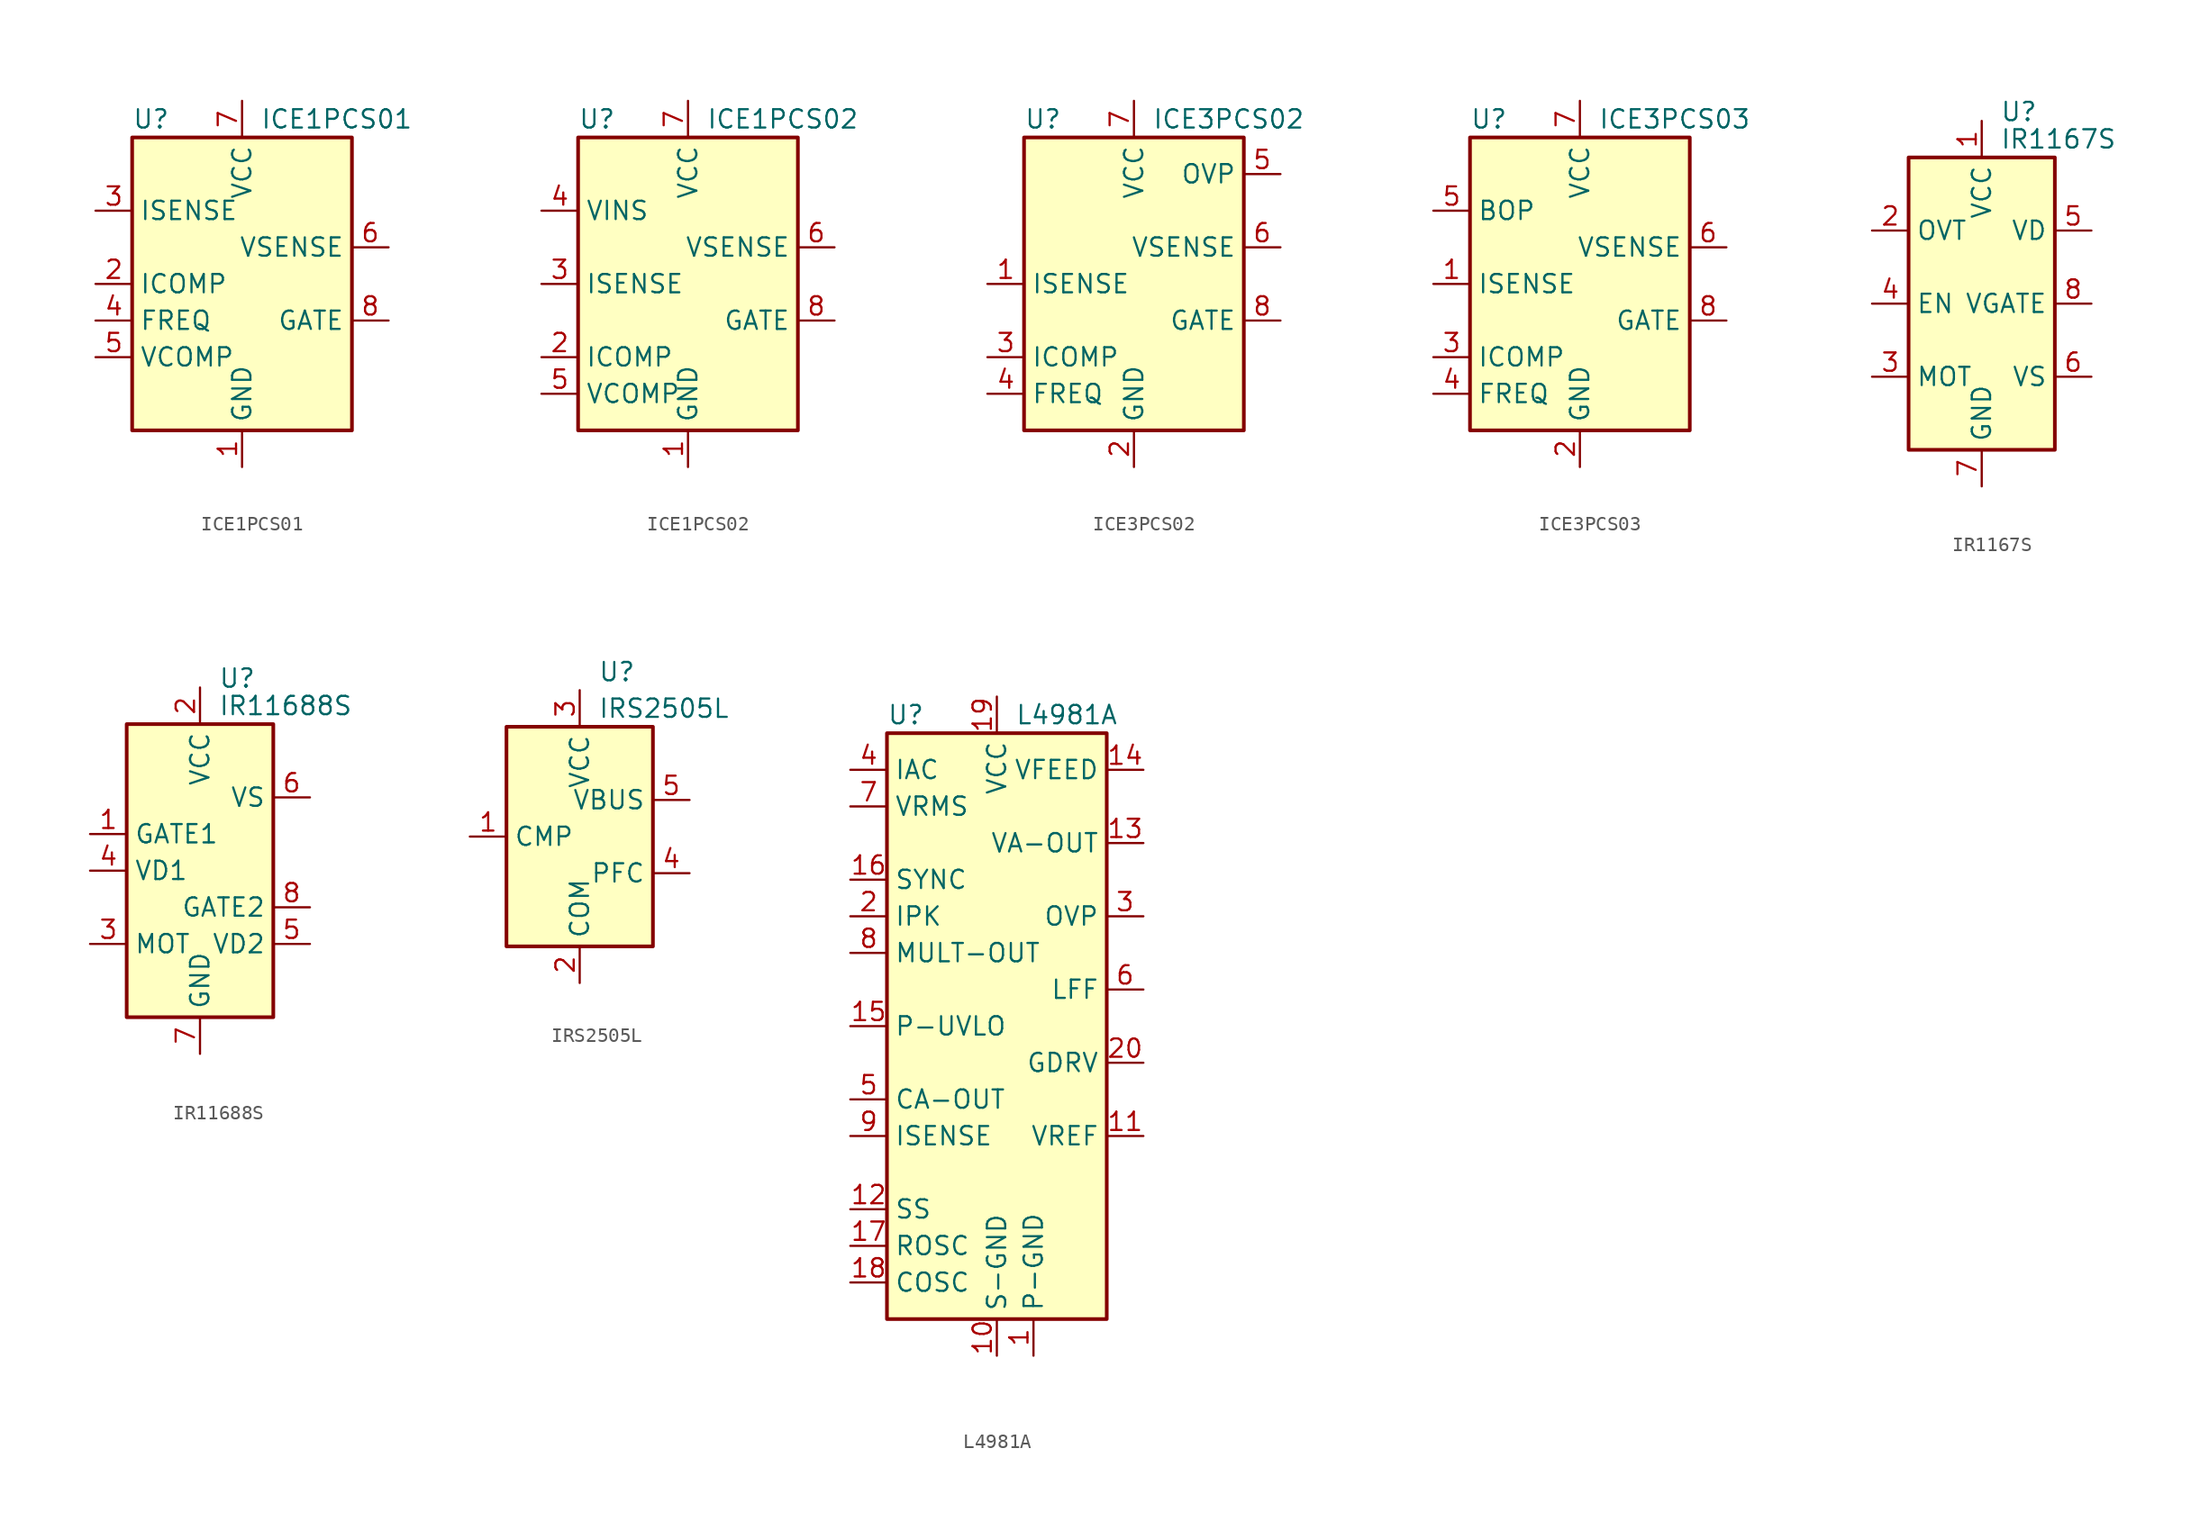
<source format=kicad_sym>
(kicad_symbol_lib
  (version 20220914)
  (generator kicad_symbol_editor)
  (symbol "ICE1PCS01"
    (property "Reference" "U"
      (at -7.62 11.43 0)
      (effects (font (size 1.27 1.27)) (justify left)))
    (property "Value" "ICE1PCS01"
      (at 1.27 11.43 0)
      (effects (font (size 1.27 1.27)) (justify left)))
    (symbol "ICE1PCS01_0_0"
      (rectangle (start -7.62 10.16) (end 7.62 -10.16) (stroke (width 0.254) (type default)) (fill (type background))))
    (symbol "ICE1PCS01_1_1"
      (pin power_in line (at 0 -12.7 90) (length 2.54) (name "GND" (effects (font (size 1.27 1.27)))) (number "1" (effects (font (size 1.27 1.27)))))
      (pin passive line (at -10.16 0 0) (length 2.54) (name "ICOMP" (effects (font (size 1.27 1.27)))) (number "2" (effects (font (size 1.27 1.27)))))
      (pin input line (at -10.16 5.08 0) (length 2.54) (name "ISENSE" (effects (font (size 1.27 1.27)))) (number "3" (effects (font (size 1.27 1.27)))))
      (pin passive line (at -10.16 -2.54 0) (length 2.54) (name "FREQ" (effects (font (size 1.27 1.27)))) (number "4" (effects (font (size 1.27 1.27)))))
      (pin passive line (at -10.16 -5.08 0) (length 2.54) (name "VCOMP" (effects (font (size 1.27 1.27)))) (number "5" (effects (font (size 1.27 1.27)))))
      (pin input line (at 10.16 2.54 180) (length 2.54) (name "VSENSE" (effects (font (size 1.27 1.27)))) (number "6" (effects (font (size 1.27 1.27)))))
      (pin power_in line (at 0 12.7 270) (length 2.54) (name "VCC" (effects (font (size 1.27 1.27)))) (number "7" (effects (font (size 1.27 1.27)))))
      (pin output line (at 10.16 -2.54 180) (length 2.54) (name "GATE" (effects (font (size 1.27 1.27)))) (number "8" (effects (font (size 1.27 1.27)))))))
  (symbol "ICE1PCS02"
    (property "Reference" "U"
      (at -7.62 11.43 0)
      (effects (font (size 1.27 1.27)) (justify left)))
    (property "Value" "ICE1PCS02"
      (at 1.27 11.43 0)
      (effects (font (size 1.27 1.27)) (justify left)))
    (symbol "ICE1PCS02_0_0"
      (rectangle (start -7.62 10.16) (end 7.62 -10.16) (stroke (width 0.254) (type default)) (fill (type background))))
    (symbol "ICE1PCS02_1_1"
      (pin power_in line (at 0 -12.7 90) (length 2.54) (name "GND" (effects (font (size 1.27 1.27)))) (number "1" (effects (font (size 1.27 1.27)))))
      (pin passive line (at -10.16 -5.08 0) (length 2.54) (name "ICOMP" (effects (font (size 1.27 1.27)))) (number "2" (effects (font (size 1.27 1.27)))))
      (pin input line (at -10.16 0 0) (length 2.54) (name "ISENSE" (effects (font (size 1.27 1.27)))) (number "3" (effects (font (size 1.27 1.27)))))
      (pin input line (at -10.16 5.08 0) (length 2.54) (name "VINS" (effects (font (size 1.27 1.27)))) (number "4" (effects (font (size 1.27 1.27)))))
      (pin passive line (at -10.16 -7.62 0) (length 2.54) (name "VCOMP" (effects (font (size 1.27 1.27)))) (number "5" (effects (font (size 1.27 1.27)))))
      (pin input line (at 10.16 2.54 180) (length 2.54) (name "VSENSE" (effects (font (size 1.27 1.27)))) (number "6" (effects (font (size 1.27 1.27)))))
      (pin power_in line (at 0 12.7 270) (length 2.54) (name "VCC" (effects (font (size 1.27 1.27)))) (number "7" (effects (font (size 1.27 1.27)))))
      (pin output line (at 10.16 -2.54 180) (length 2.54) (name "GATE" (effects (font (size 1.27 1.27)))) (number "8" (effects (font (size 1.27 1.27)))))))
  (symbol "ICE3PCS02"
    (property "Reference" "U"
      (at -7.62 11.43 0)
      (effects (font (size 1.27 1.27)) (justify left)))
    (property "Value" "ICE3PCS02"
      (at 1.27 11.43 0)
      (effects (font (size 1.27 1.27)) (justify left)))
    (symbol "ICE3PCS02_0_0"
      (rectangle (start -7.62 10.16) (end 7.62 -10.16) (stroke (width 0.254) (type default)) (fill (type background))))
    (symbol "ICE3PCS02_1_1"
      (pin input line (at -10.16 0 0) (length 2.54) (name "ISENSE" (effects (font (size 1.27 1.27)))) (number "1" (effects (font (size 1.27 1.27)))))
      (pin power_in line (at 0 -12.7 90) (length 2.54) (name "GND" (effects (font (size 1.27 1.27)))) (number "2" (effects (font (size 1.27 1.27)))))
      (pin passive line (at -10.16 -5.08 0) (length 2.54) (name "ICOMP" (effects (font (size 1.27 1.27)))) (number "3" (effects (font (size 1.27 1.27)))))
      (pin passive line (at -10.16 -7.62 0) (length 2.54) (name "FREQ" (effects (font (size 1.27 1.27)))) (number "4" (effects (font (size 1.27 1.27)))))
      (pin input line (at 10.16 7.62 180) (length 2.54) (name "OVP" (effects (font (size 1.27 1.27)))) (number "5" (effects (font (size 1.27 1.27)))))
      (pin input line (at 10.16 2.54 180) (length 2.54) (name "VSENSE" (effects (font (size 1.27 1.27)))) (number "6" (effects (font (size 1.27 1.27)))))
      (pin power_in line (at 0 12.7 270) (length 2.54) (name "VCC" (effects (font (size 1.27 1.27)))) (number "7" (effects (font (size 1.27 1.27)))))
      (pin output line (at 10.16 -2.54 180) (length 2.54) (name "GATE" (effects (font (size 1.27 1.27)))) (number "8" (effects (font (size 1.27 1.27)))))))
  (symbol "ICE3PCS03"
    (property "Reference" "U"
      (at -7.62 11.43 0)
      (effects (font (size 1.27 1.27)) (justify left)))
    (property "Value" "ICE3PCS03"
      (at 1.27 11.43 0)
      (effects (font (size 1.27 1.27)) (justify left)))
    (symbol "ICE3PCS03_0_0"
      (rectangle (start -7.62 10.16) (end 7.62 -10.16) (stroke (width 0.254) (type default)) (fill (type background))))
    (symbol "ICE3PCS03_1_1"
      (pin input line (at -10.16 0 0) (length 2.54) (name "ISENSE" (effects (font (size 1.27 1.27)))) (number "1" (effects (font (size 1.27 1.27)))))
      (pin power_in line (at 0 -12.7 90) (length 2.54) (name "GND" (effects (font (size 1.27 1.27)))) (number "2" (effects (font (size 1.27 1.27)))))
      (pin passive line (at -10.16 -5.08 0) (length 2.54) (name "ICOMP" (effects (font (size 1.27 1.27)))) (number "3" (effects (font (size 1.27 1.27)))))
      (pin passive line (at -10.16 -7.62 0) (length 2.54) (name "FREQ" (effects (font (size 1.27 1.27)))) (number "4" (effects (font (size 1.27 1.27)))))
      (pin input line (at -10.16 5.08 0) (length 2.54) (name "BOP" (effects (font (size 1.27 1.27)))) (number "5" (effects (font (size 1.27 1.27)))))
      (pin input line (at 10.16 2.54 180) (length 2.54) (name "VSENSE" (effects (font (size 1.27 1.27)))) (number "6" (effects (font (size 1.27 1.27)))))
      (pin power_in line (at 0 12.7 270) (length 2.54) (name "VCC" (effects (font (size 1.27 1.27)))) (number "7" (effects (font (size 1.27 1.27)))))
      (pin output line (at 10.16 -2.54 180) (length 2.54) (name "GATE" (effects (font (size 1.27 1.27)))) (number "8" (effects (font (size 1.27 1.27)))))))
  (symbol "IR1167S"
    (property "Reference" "U"
      (at 1.27 13.335 0)
      (effects (font (size 1.27 1.27)) (justify left)))
    (property "Value" "IR1167S"
      (at 1.27 11.43 0)
      (effects (font (size 1.27 1.27)) (justify left)))
    (symbol "IR1167S_0_1"
      (rectangle (start -5.08 -10.16) (end 5.08 10.16) (stroke (width 0.254) (type default)) (fill (type background))))
    (symbol "IR1167S_1_1"
      (pin power_in line (at 0 12.7 270) (length 2.54) (name "VCC" (effects (font (size 1.27 1.27)))) (number "1" (effects (font (size 1.27 1.27)))))
      (pin input line (at -7.62 5.08 0) (length 2.54) (name "OVT" (effects (font (size 1.27 1.27)))) (number "2" (effects (font (size 1.27 1.27)))))
      (pin passive line (at -7.62 -5.08 0) (length 2.54) (name "MOT" (effects (font (size 1.27 1.27)))) (number "3" (effects (font (size 1.27 1.27)))))
      (pin input line (at -7.62 0 0) (length 2.54) (name "EN" (effects (font (size 1.27 1.27)))) (number "4" (effects (font (size 1.27 1.27)))))
      (pin input line (at 7.62 5.08 180) (length 2.54) (name "VD" (effects (font (size 1.27 1.27)))) (number "5" (effects (font (size 1.27 1.27)))))
      (pin input line (at 7.62 -5.08 180) (length 2.54) (name "VS" (effects (font (size 1.27 1.27)))) (number "6" (effects (font (size 1.27 1.27)))))
      (pin power_in line (at 0 -12.7 90) (length 2.54) (name "GND" (effects (font (size 1.27 1.27)))) (number "7" (effects (font (size 1.27 1.27)))))
      (pin output line (at 7.62 0 180) (length 2.54) (name "VGATE" (effects (font (size 1.27 1.27)))) (number "8" (effects (font (size 1.27 1.27)))))))
  (symbol "IR11688S"
    (property "Reference" "U"
      (at 1.27 13.335 0)
      (effects (font (size 1.27 1.27)) (justify left)))
    (property "Value" "IR11688S"
      (at 1.27 11.43 0)
      (effects (font (size 1.27 1.27)) (justify left)))
    (symbol "IR11688S_0_1"
      (rectangle (start -5.08 -10.16) (end 5.08 10.16) (stroke (width 0.254) (type default)) (fill (type background))))
    (symbol "IR11688S_1_1"
      (pin output line (at -7.62 2.54 0) (length 2.54) (name "GATE1" (effects (font (size 1.27 1.27)))) (number "1" (effects (font (size 1.27 1.27)))))
      (pin power_in line (at 0 12.7 270) (length 2.54) (name "VCC" (effects (font (size 1.27 1.27)))) (number "2" (effects (font (size 1.27 1.27)))))
      (pin passive line (at -7.62 -5.08 0) (length 2.54) (name "MOT" (effects (font (size 1.27 1.27)))) (number "3" (effects (font (size 1.27 1.27)))))
      (pin input line (at -7.62 0 0) (length 2.54) (name "VD1" (effects (font (size 1.27 1.27)))) (number "4" (effects (font (size 1.27 1.27)))))
      (pin input line (at 7.62 -5.08 180) (length 2.54) (name "VD2" (effects (font (size 1.27 1.27)))) (number "5" (effects (font (size 1.27 1.27)))))
      (pin input line (at 7.62 5.08 180) (length 2.54) (name "VS" (effects (font (size 1.27 1.27)))) (number "6" (effects (font (size 1.27 1.27)))))
      (pin power_in line (at 0 -12.7 90) (length 2.54) (name "GND" (effects (font (size 1.27 1.27)))) (number "7" (effects (font (size 1.27 1.27)))))
      (pin output line (at 7.62 -2.54 180) (length 2.54) (name "GATE2" (effects (font (size 1.27 1.27)))) (number "8" (effects (font (size 1.27 1.27)))))))
  (symbol "IRS2505L"
    (property "Reference" "U"
      (at 1.27 11.43 0)
      (effects (font (size 1.27 1.27)) (justify left)))
    (property "Value" "IRS2505L"
      (at 1.27 8.89 0)
      (effects (font (size 1.27 1.27)) (justify left)))
    (symbol "IRS2505L_0_1"
      (rectangle (start -5.08 -7.62) (end 5.08 7.62) (stroke (width 0.254) (type default)) (fill (type background))))
    (symbol "IRS2505L_1_1"
      (pin passive line (at -7.62 0 0) (length 2.54) (name "CMP" (effects (font (size 1.27 1.27)))) (number "1" (effects (font (size 1.27 1.27)))))
      (pin power_in line (at 0 -10.16 90) (length 2.54) (name "COM" (effects (font (size 1.27 1.27)))) (number "2" (effects (font (size 1.27 1.27)))))
      (pin power_in line (at 0 10.16 270) (length 2.54) (name "VCC" (effects (font (size 1.27 1.27)))) (number "3" (effects (font (size 1.27 1.27)))))
      (pin output line (at 7.62 -2.54 180) (length 2.54) (name "PFC" (effects (font (size 1.27 1.27)))) (number "4" (effects (font (size 1.27 1.27)))))
      (pin input line (at 7.62 2.54 180) (length 2.54) (name "VBUS" (effects (font (size 1.27 1.27)))) (number "5" (effects (font (size 1.27 1.27)))))))
  (symbol "L4981A"
    (property "Reference" "U"
      (at -7.62 21.59 0)
      (effects (font (size 1.27 1.27)) (justify left)))
    (property "Value" "L4981A"
      (at 1.27 21.59 0)
      (effects (font (size 1.27 1.27)) (justify left)))
    (symbol "L4981A_0_0"
      (rectangle (start -7.62 20.32) (end 7.62 -20.32) (stroke (width 0.254) (type default)) (fill (type background))))
    (symbol "L4981A_1_1"
      (pin power_in line (at 2.54 -22.86 90) (length 2.54) (name "P-GND" (effects (font (size 1.27 1.27)))) (number "1" (effects (font (size 1.27 1.27)))))
      (pin power_in line (at 0 -22.86 90) (length 2.54) (name "S-GND" (effects (font (size 1.27 1.27)))) (number "10" (effects (font (size 1.27 1.27)))))
      (pin output line (at 10.16 -7.62 180) (length 2.54) (name "VREF" (effects (font (size 1.27 1.27)))) (number "11" (effects (font (size 1.27 1.27)))))
      (pin passive line (at -10.16 -12.7 0) (length 2.54) (name "SS" (effects (font (size 1.27 1.27)))) (number "12" (effects (font (size 1.27 1.27)))))
      (pin output line (at 10.16 12.7 180) (length 2.54) (name "VA-OUT" (effects (font (size 1.27 1.27)))) (number "13" (effects (font (size 1.27 1.27)))))
      (pin input line (at 10.16 17.78 180) (length 2.54) (name "VFEED" (effects (font (size 1.27 1.27)))) (number "14" (effects (font (size 1.27 1.27)))))
      (pin input line (at -10.16 0 0) (length 2.54) (name "P-UVLO" (effects (font (size 1.27 1.27)))) (number "15" (effects (font (size 1.27 1.27)))))
      (pin bidirectional line (at -10.16 10.16 0) (length 2.54) (name "SYNC" (effects (font (size 1.27 1.27)))) (number "16" (effects (font (size 1.27 1.27)))))
      (pin passive line (at -10.16 -15.24 0) (length 2.54) (name "ROSC" (effects (font (size 1.27 1.27)))) (number "17" (effects (font (size 1.27 1.27)))))
      (pin passive line (at -10.16 -17.78 0) (length 2.54) (name "COSC" (effects (font (size 1.27 1.27)))) (number "18" (effects (font (size 1.27 1.27)))))
      (pin power_in line (at 0 22.86 270) (length 2.54) (name "VCC" (effects (font (size 1.27 1.27)))) (number "19" (effects (font (size 1.27 1.27)))))
      (pin input line (at -10.16 7.62 0) (length 2.54) (name "IPK" (effects (font (size 1.27 1.27)))) (number "2" (effects (font (size 1.27 1.27)))))
      (pin output line (at 10.16 -2.54 180) (length 2.54) (name "GDRV" (effects (font (size 1.27 1.27)))) (number "20" (effects (font (size 1.27 1.27)))))
      (pin input line (at 10.16 7.62 180) (length 2.54) (name "OVP" (effects (font (size 1.27 1.27)))) (number "3" (effects (font (size 1.27 1.27)))))
      (pin input line (at -10.16 17.78 0) (length 2.54) (name "IAC" (effects (font (size 1.27 1.27)))) (number "4" (effects (font (size 1.27 1.27)))))
      (pin output line (at -10.16 -5.08 0) (length 2.54) (name "CA-OUT" (effects (font (size 1.27 1.27)))) (number "5" (effects (font (size 1.27 1.27)))))
      (pin input line (at 10.16 2.54 180) (length 2.54) (name "LFF" (effects (font (size 1.27 1.27)))) (number "6" (effects (font (size 1.27 1.27)))))
      (pin input line (at -10.16 15.24 0) (length 2.54) (name "VRMS" (effects (font (size 1.27 1.27)))) (number "7" (effects (font (size 1.27 1.27)))))
      (pin output line (at -10.16 5.08 0) (length 2.54) (name "MULT-OUT" (effects (font (size 1.27 1.27)))) (number "8" (effects (font (size 1.27 1.27)))))
      (pin input line (at -10.16 -7.62 0) (length 2.54) (name "ISENSE" (effects (font (size 1.27 1.27)))) (number "9" (effects (font (size 1.27 1.27))))))))
</source>
